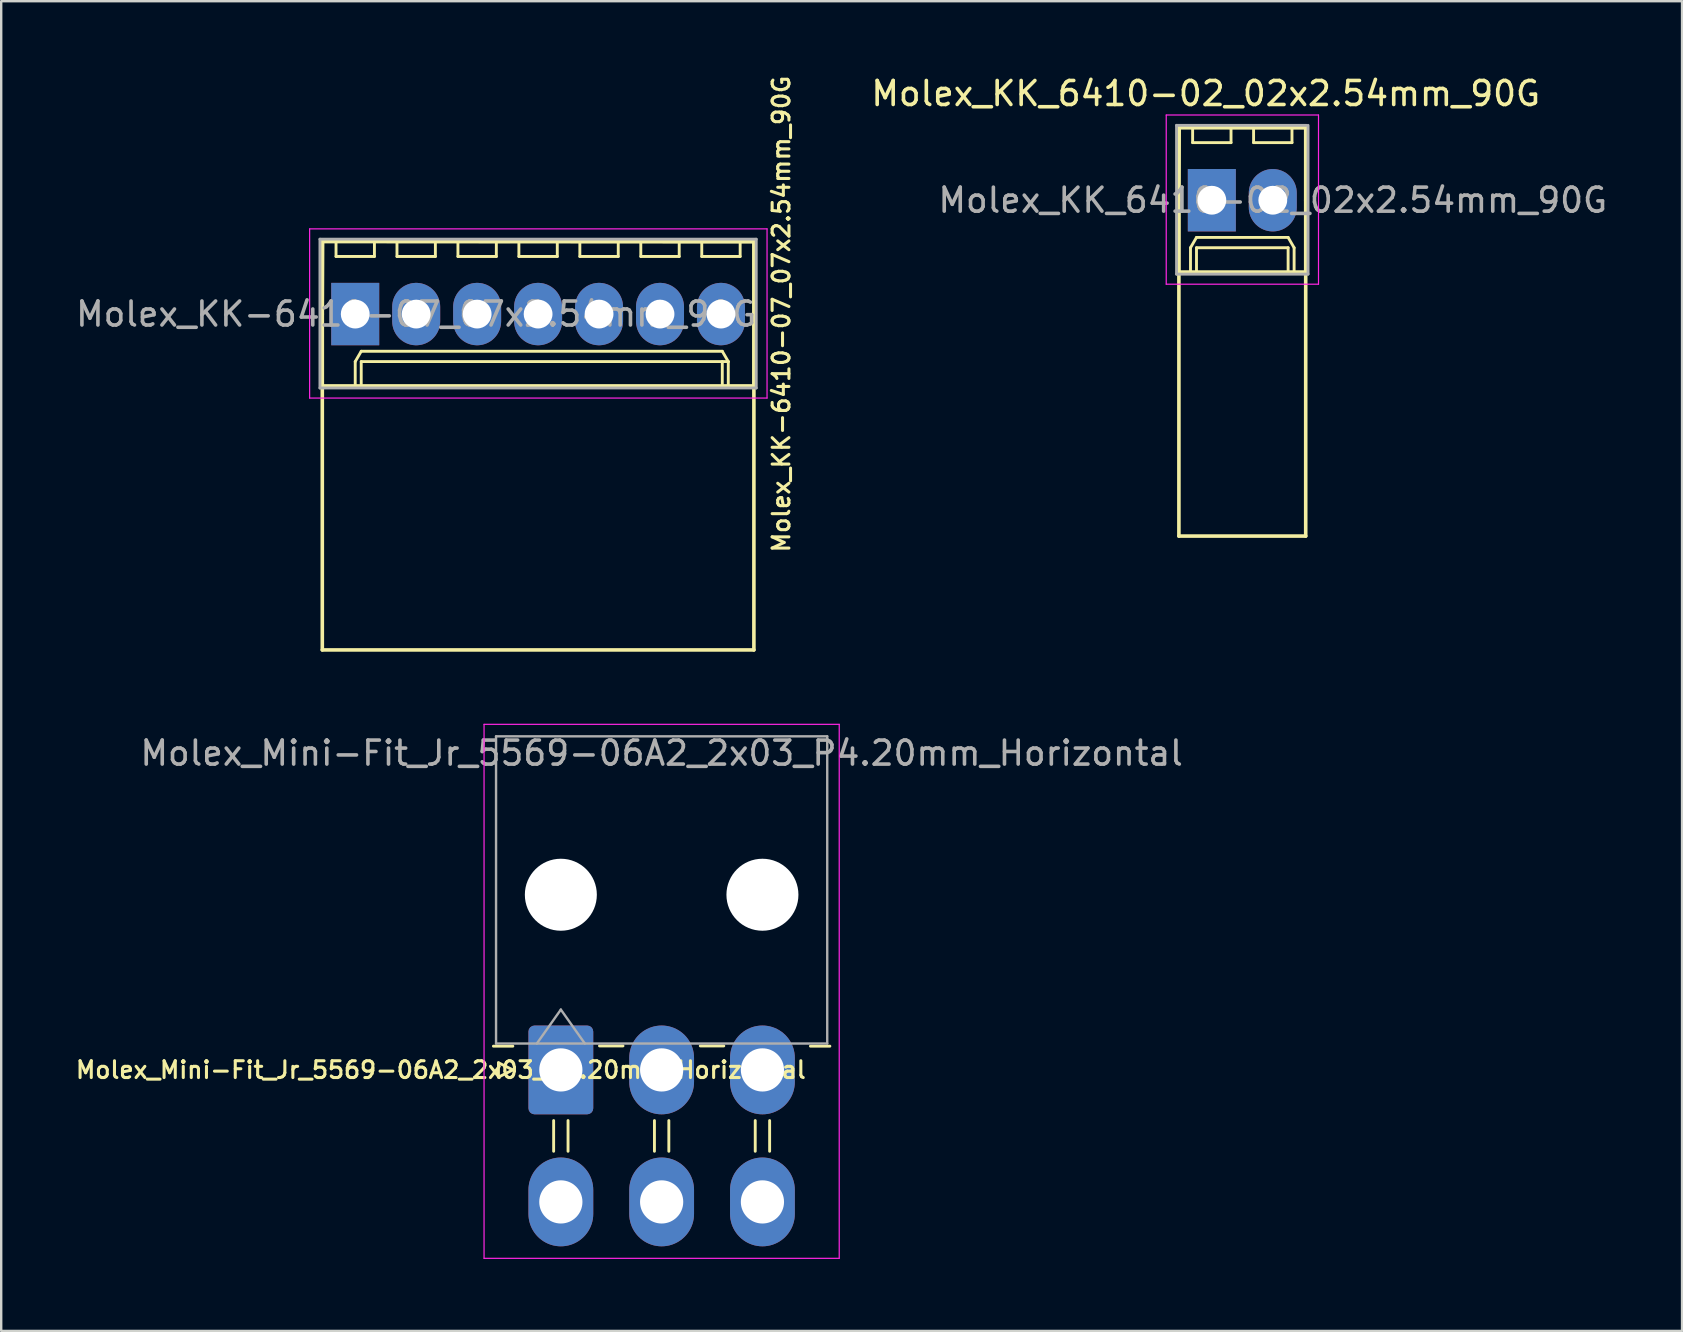
<source format=kicad_pcb>
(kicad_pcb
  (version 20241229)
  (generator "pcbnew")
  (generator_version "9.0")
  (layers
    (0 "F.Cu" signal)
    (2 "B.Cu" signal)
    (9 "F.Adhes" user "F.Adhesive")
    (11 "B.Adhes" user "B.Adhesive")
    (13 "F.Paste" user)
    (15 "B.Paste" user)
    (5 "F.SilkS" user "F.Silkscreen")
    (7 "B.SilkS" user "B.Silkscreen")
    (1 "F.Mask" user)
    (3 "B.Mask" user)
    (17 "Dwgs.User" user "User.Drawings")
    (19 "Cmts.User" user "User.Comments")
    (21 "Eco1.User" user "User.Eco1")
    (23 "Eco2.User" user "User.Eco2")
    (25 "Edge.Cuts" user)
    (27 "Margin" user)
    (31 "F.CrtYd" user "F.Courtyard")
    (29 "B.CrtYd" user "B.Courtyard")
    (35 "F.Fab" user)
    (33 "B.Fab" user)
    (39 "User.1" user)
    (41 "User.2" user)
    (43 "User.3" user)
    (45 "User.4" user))
  (footprint "Molex_KK-6410-07_07x2.54mm_90G"
    (layer "F.Cu")
    (at 11.752 10.037)
    (property "Reference" "Molex_KK-6410-07_07x2.54mm_90G" (at 17.755 0 90) (layer "F.SilkS") (effects (font (size 0.7 0.7) (thickness 0.127))))
    (attr through_hole)
    (fp_line (start -1.372 0) (end -1.372 13.995) (stroke (width 0.15) (type solid)) (layer "F.SilkS"))
    (fp_line (start -1.372 0) (end -1.359 -3.023) (stroke (width 0.15) (type solid)) (layer "F.SilkS"))
    (fp_line (start -1.37 -3.02) (end -1.37 2.98) (stroke (width 0.12) (type solid)) (layer "F.SilkS"))
    (fp_line (start -1.37 2.98) (end 16.612 2.98) (stroke (width 0.12) (type solid)) (layer "F.SilkS"))
    (fp_line (start -1.359 -3.023) (end 16.612 -3.01) (stroke (width 0.15) (type solid)) (layer "F.SilkS"))
    (fp_line (start -0.8 -3.02) (end -0.8 -2.4) (stroke (width 0.12) (type solid)) (layer "F.SilkS"))
    (fp_line (start -0.8 -2.4) (end 0.8 -2.4) (stroke (width 0.12) (type solid)) (layer "F.SilkS"))
    (fp_line (start 0 1.98) (end 0.25 1.55) (stroke (width 0.12) (type solid)) (layer "F.SilkS"))
    (fp_line (start 0 2.98) (end 0 1.98) (stroke (width 0.12) (type solid)) (layer "F.SilkS"))
    (fp_line (start 0.25 1.55) (end 15.295 1.55) (stroke (width 0.12) (type solid)) (layer "F.SilkS"))
    (fp_line (start 0.25 1.98) (end 15.545 1.98) (stroke (width 0.12) (type solid)) (layer "F.SilkS"))
    (fp_line (start 0.25 2.98) (end 0.25 1.98) (stroke (width 0.12) (type solid)) (layer "F.SilkS"))
    (fp_line (start 0.8 -2.4) (end 0.8 -3.02) (stroke (width 0.12) (type solid)) (layer "F.SilkS"))
    (fp_line (start 1.74 -3.02) (end 1.74 -2.4) (stroke (width 0.12) (type solid)) (layer "F.SilkS"))
    (fp_line (start 1.74 -2.4) (end 3.34 -2.4) (stroke (width 0.12) (type solid)) (layer "F.SilkS"))
    (fp_line (start 3.34 -2.4) (end 3.34 -3.02) (stroke (width 0.12) (type solid)) (layer "F.SilkS"))
    (fp_line (start 4.28 -3.02) (end 4.28 -2.4) (stroke (width 0.12) (type solid)) (layer "F.SilkS"))
    (fp_line (start 4.28 -2.4) (end 5.88 -2.4) (stroke (width 0.12) (type solid)) (layer "F.SilkS"))
    (fp_line (start 5.88 -2.4) (end 5.88 -3.02) (stroke (width 0.12) (type solid)) (layer "F.SilkS"))
    (fp_line (start 6.45 -3.02) (end -1.37 -3.02) (stroke (width 0.12) (type solid)) (layer "F.SilkS"))
    (fp_line (start 6.82 -3.02) (end 6.82 -2.4) (stroke (width 0.12) (type solid)) (layer "F.SilkS"))
    (fp_line (start 6.82 -2.4) (end 8.42 -2.4) (stroke (width 0.12) (type solid)) (layer "F.SilkS"))
    (fp_line (start 8.42 -2.4) (end 8.42 -3.02) (stroke (width 0.12) (type solid)) (layer "F.SilkS"))
    (fp_line (start 9.36 -3.02) (end 9.36 -2.4) (stroke (width 0.12) (type solid)) (layer "F.SilkS"))
    (fp_line (start 9.36 -2.4) (end 10.96 -2.4) (stroke (width 0.12) (type solid)) (layer "F.SilkS"))
    (fp_line (start 10.96 -2.4) (end 10.96 -3.02) (stroke (width 0.12) (type solid)) (layer "F.SilkS"))
    (fp_line (start 11.9 -3.02) (end 11.9 -2.4) (stroke (width 0.12) (type solid)) (layer "F.SilkS"))
    (fp_line (start 11.9 -2.4) (end 13.5 -2.4) (stroke (width 0.12) (type solid)) (layer "F.SilkS"))
    (fp_line (start 13.5 -2.4) (end 13.5 -3.02) (stroke (width 0.12) (type solid)) (layer "F.SilkS"))
    (fp_line (start 14.44 -3.02) (end 14.44 -2.4) (stroke (width 0.12) (type solid)) (layer "F.SilkS"))
    (fp_line (start 14.44 -2.4) (end 16.04 -2.4) (stroke (width 0.12) (type solid)) (layer "F.SilkS"))
    (fp_line (start 15.295 1.55) (end 15.545 1.98) (stroke (width 0.12) (type solid)) (layer "F.SilkS"))
    (fp_line (start 15.295 2.98) (end 15.295 1.98) (stroke (width 0.12) (type solid)) (layer "F.SilkS"))
    (fp_line (start 15.545 1.98) (end 15.545 2.98) (stroke (width 0.12) (type solid)) (layer "F.SilkS"))
    (fp_line (start 16.04 -2.4) (end 16.04 -3.02) (stroke (width 0.12) (type solid)) (layer "F.SilkS"))
    (fp_line (start 16.612 -3.02) (end 16.612 2.98) (stroke (width 0.12) (type solid)) (layer "F.SilkS"))
    (fp_line (start 16.612 0) (end 16.612 -3.023) (stroke (width 0.15) (type solid)) (layer "F.SilkS"))
    (fp_line (start 16.612 0) (end 16.612 13.995) (stroke (width 0.15) (type solid)) (layer "F.SilkS"))
    (fp_line (start 16.612 13.995) (end -1.372 13.995) (stroke (width 0.15) (type solid)) (layer "F.SilkS"))
    (fp_line (start -1.9 -3.55) (end 17.16 -3.55) (stroke (width 0.05) (type solid)) (layer "F.CrtYd"))
    (fp_line (start -1.9 3.5) (end -1.9 -3.55) (stroke (width 0.05) (type solid)) (layer "F.CrtYd"))
    (fp_line (start 17.16 3.5) (end -1.9 3.5) (stroke (width 0.05) (type solid)) (layer "F.CrtYd"))
    (fp_line (start 17.16 3.5) (end 17.16 -3.55) (stroke (width 0.05) (type solid)) (layer "F.CrtYd"))
    (fp_line (start -1.47 -3.12) (end -1.47 3.08) (stroke (width 0.12) (type solid)) (layer "F.Fab"))
    (fp_line (start -1.47 3.08) (end 16.71 3.08) (stroke (width 0.12) (type solid)) (layer "F.Fab"))
    (fp_line (start 16.71 -3.12) (end -1.47 -3.12) (stroke (width 0.12) (type solid)) (layer "F.Fab"))
    (fp_line (start 16.71 -3.12) (end 16.71 3.08) (stroke (width 0.12) (type solid)) (layer "F.Fab"))
    (fp_text user "${REFERENCE}" (at 2.54 0 0) (layer "F.Fab") (effects (font (size 1 1) (thickness 0.15))))
    (pad "1" thru_hole rect (at 0 0) (size 2 2.6) (drill 1.2) (layers "*.Cu" "*.Mask"))
    (pad "2" thru_hole oval (at 2.54 0) (size 2 2.6) (drill 1.2) (layers "*.Cu" "*.Mask"))
    (pad "3" thru_hole oval (at 5.08 0) (size 2 2.6) (drill 1.2) (layers "*.Cu" "*.Mask"))
    (pad "4" thru_hole oval (at 7.62 0) (size 2 2.6) (drill 1.2) (layers "*.Cu" "*.Mask"))
    (pad "5" thru_hole oval (at 10.16 0) (size 2 2.6) (drill 1.2) (layers "*.Cu" "*.Mask"))
    (pad "6" thru_hole oval (at 12.7 0) (size 2 2.6) (drill 1.2) (layers "*.Cu" "*.Mask"))
    (pad "7" thru_hole oval (at 15.24 0) (size 2 2.6) (drill 1.2) (layers "*.Cu" "*.Mask")))
  (footprint "Molex_Mini-Fit_Jr_5569-06A2_2x03_P4.20mm_Horizontal"
    (layer "F.Cu")
    (at 20.32 41.533)
    (property "Reference" "Molex_Mini-Fit_Jr_5569-06A2_2x03_P4.20mm_Horizontal" (at -5 0 0) (layer "F.SilkS") (effects (font (size 0.7 0.7) (thickness 0.127))))
    (attr through_hole)
    (fp_line (start -2.6 -0.3) (end -2 0) (stroke (width 0.12) (type solid)) (layer "F.SilkS"))
    (fp_line (start -2.6 0.3) (end -2.6 -0.3) (stroke (width 0.12) (type solid)) (layer "F.SilkS"))
    (fp_line (start -2 -0.99) (end -2.81 -0.99) (stroke (width 0.12) (type solid)) (layer "F.SilkS"))
    (fp_line (start -2 0) (end -2.6 0.3) (stroke (width 0.12) (type solid)) (layer "F.SilkS"))
    (fp_line (start -0.3 2.11) (end -0.3 3.39) (stroke (width 0.12) (type solid)) (layer "F.SilkS"))
    (fp_line (start 0.3 2.11) (end 0.3 3.39) (stroke (width 0.12) (type solid)) (layer "F.SilkS"))
    (fp_line (start 1.61 -1) (end 2.59 -1) (stroke (width 0.12) (type solid)) (layer "F.SilkS"))
    (fp_line (start 3.9 2.11) (end 3.9 3.39) (stroke (width 0.12) (type solid)) (layer "F.SilkS"))
    (fp_line (start 4.5 2.11) (end 4.5 3.39) (stroke (width 0.12) (type solid)) (layer "F.SilkS"))
    (fp_line (start 5.81 -1) (end 6.79 -1) (stroke (width 0.12) (type solid)) (layer "F.SilkS"))
    (fp_line (start 8.1 2.11) (end 8.1 3.39) (stroke (width 0.12) (type solid)) (layer "F.SilkS"))
    (fp_line (start 8.7 2.11) (end 8.7 3.39) (stroke (width 0.12) (type solid)) (layer "F.SilkS"))
    (fp_line (start 10.4 -0.99) (end 11.21 -0.99) (stroke (width 0.12) (type solid)) (layer "F.SilkS"))
    (fp_line (start -3.2 -14.4) (end -3.2 7.85) (stroke (width 0.05) (type solid)) (layer "F.CrtYd"))
    (fp_line (start -3.2 7.85) (end 11.6 7.85) (stroke (width 0.05) (type solid)) (layer "F.CrtYd"))
    (fp_line (start 11.6 -14.4) (end -3.2 -14.4) (stroke (width 0.05) (type solid)) (layer "F.CrtYd"))
    (fp_line (start 11.6 7.85) (end 11.6 -14.4) (stroke (width 0.05) (type solid)) (layer "F.CrtYd"))
    (fp_line (start -2.7 -13.9) (end -2.7 -1.1) (stroke (width 0.1) (type solid)) (layer "F.Fab"))
    (fp_line (start -2.7 -1.1) (end 11.1 -1.1) (stroke (width 0.1) (type solid)) (layer "F.Fab"))
    (fp_line (start -1 -1.1) (end 0 -2.514) (stroke (width 0.1) (type solid)) (layer "F.Fab"))
    (fp_line (start 0 -2.514) (end 1 -1.1) (stroke (width 0.1) (type solid)) (layer "F.Fab"))
    (fp_line (start 11.1 -13.9) (end -2.7 -13.9) (stroke (width 0.1) (type solid)) (layer "F.Fab"))
    (fp_line (start 11.1 -1.1) (end 11.1 -13.9) (stroke (width 0.1) (type solid)) (layer "F.Fab"))
    (fp_text user "${REFERENCE}" (at 4.2 -13.2 0) (layer "F.Fab") (effects (font (size 1 1) (thickness 0.15))))
    (pad "" np_thru_hole circle (at 0 -7.3) (size 3 3) (drill 3) (layers "*.Cu" "*.Mask"))
    (pad "" np_thru_hole circle (at 8.4 -7.3) (size 3 3) (drill 3) (layers "*.Cu" "*.Mask"))
    (pad "1" thru_hole roundrect (at 0 0) (size 2.7 3.7) (drill 1.8) (layers "*.Cu" "*.Mask") (roundrect_rratio 0.093))
    (pad "2" thru_hole oval (at 4.2 0) (size 2.7 3.7) (drill 1.8) (layers "*.Cu" "*.Mask"))
    (pad "3" thru_hole oval (at 8.4 0) (size 2.7 3.7) (drill 1.8) (layers "*.Cu" "*.Mask"))
    (pad "4" thru_hole oval (at 0 5.5) (size 2.7 3.7) (drill 1.8) (layers "*.Cu" "*.Mask"))
    (pad "5" thru_hole oval (at 4.2 5.5) (size 2.7 3.7) (drill 1.8) (layers "*.Cu" "*.Mask"))
    (pad "6" thru_hole oval (at 8.4 5.5) (size 2.7 3.7) (drill 1.8) (layers "*.Cu" "*.Mask")))
  (footprint "Molex_KK_6410-02_02x2.54mm_90G"
    (layer "F.Cu")
    (at 47.446 5.166)
    (property "Reference" "Molex_KK_6410-02_02x2.54mm_90G" (at -0.254 -4.318 0) (layer "F.SilkS") (effects (font (size 1 1) (thickness 0.15))))
    (attr through_hole)
    (fp_line (start -1.372 0.127) (end -1.372 14.122) (stroke (width 0.15) (type solid)) (layer "F.SilkS"))
    (fp_line (start -1.372 0.127) (end -1.359 -2.896) (stroke (width 0.15) (type solid)) (layer "F.SilkS"))
    (fp_line (start -1.37 -2.893) (end -1.37 3.107) (stroke (width 0.12) (type solid)) (layer "F.SilkS"))
    (fp_line (start -1.37 3.107) (end 3.91 3.107) (stroke (width 0.12) (type solid)) (layer "F.SilkS"))
    (fp_line (start -1.359 -2.896) (end 3.937 -2.893) (stroke (width 0.15) (type solid)) (layer "F.SilkS"))
    (fp_line (start -0.889 2.107) (end -0.639 1.677) (stroke (width 0.12) (type solid)) (layer "F.SilkS"))
    (fp_line (start -0.889 3.107) (end -0.889 2.107) (stroke (width 0.12) (type solid)) (layer "F.SilkS"))
    (fp_line (start -0.8 -2.893) (end -0.8 -2.273) (stroke (width 0.12) (type solid)) (layer "F.SilkS"))
    (fp_line (start -0.8 -2.273) (end 0.8 -2.273) (stroke (width 0.12) (type solid)) (layer "F.SilkS"))
    (fp_line (start -0.639 2.107) (end 3.179 2.107) (stroke (width 0.12) (type solid)) (layer "F.SilkS"))
    (fp_line (start -0.639 3.107) (end -0.639 2.107) (stroke (width 0.12) (type solid)) (layer "F.SilkS"))
    (fp_line (start 0.8 -2.273) (end 0.8 -2.893) (stroke (width 0.12) (type solid)) (layer "F.SilkS"))
    (fp_line (start 1.74 -2.893) (end 1.74 -2.273) (stroke (width 0.12) (type solid)) (layer "F.SilkS"))
    (fp_line (start 1.74 -2.273) (end 3.34 -2.273) (stroke (width 0.12) (type solid)) (layer "F.SilkS"))
    (fp_line (start 3.179 1.677) (end -0.639 1.677) (stroke (width 0.12) (type solid)) (layer "F.SilkS"))
    (fp_line (start 3.179 1.677) (end 3.429 2.107) (stroke (width 0.12) (type solid)) (layer "F.SilkS"))
    (fp_line (start 3.179 3.107) (end 3.179 2.107) (stroke (width 0.12) (type solid)) (layer "F.SilkS"))
    (fp_line (start 3.34 -2.273) (end 3.34 -2.893) (stroke (width 0.12) (type solid)) (layer "F.SilkS"))
    (fp_line (start 3.429 2.107) (end 3.429 3.107) (stroke (width 0.12) (type solid)) (layer "F.SilkS"))
    (fp_line (start 3.91 3.107) (end 3.91 -2.893) (stroke (width 0.12) (type solid)) (layer "F.SilkS"))
    (fp_line (start 3.912 -2.883) (end 3.912 0.127) (stroke (width 0.15) (type solid)) (layer "F.SilkS"))
    (fp_line (start 3.912 0.127) (end 3.912 14.122) (stroke (width 0.15) (type solid)) (layer "F.SilkS"))
    (fp_line (start 3.912 14.122) (end -1.372 14.122) (stroke (width 0.15) (type solid)) (layer "F.SilkS"))
    (fp_line (start 3.937 -2.893) (end -1.37 -2.893) (stroke (width 0.12) (type solid)) (layer "F.SilkS"))
    (fp_line (start -1.9 -3.423) (end 4.445 -3.423) (stroke (width 0.05) (type solid)) (layer "F.CrtYd"))
    (fp_line (start -1.9 3.627) (end -1.9 -3.423) (stroke (width 0.05) (type solid)) (layer "F.CrtYd"))
    (fp_line (start 4.445 -3.423) (end 4.445 3.627) (stroke (width 0.05) (type solid)) (layer "F.CrtYd"))
    (fp_line (start 4.445 3.627) (end -1.9 3.627) (stroke (width 0.05) (type solid)) (layer "F.CrtYd"))
    (fp_line (start -1.47 -2.993) (end -1.47 3.207) (stroke (width 0.12) (type solid)) (layer "F.Fab"))
    (fp_line (start -1.47 3.207) (end 4.01 3.207) (stroke (width 0.12) (type solid)) (layer "F.Fab"))
    (fp_line (start 3.937 -2.993) (end -1.47 -2.993) (stroke (width 0.12) (type solid)) (layer "F.Fab"))
    (fp_line (start 4.01 3.207) (end 4.01 -2.993) (stroke (width 0.12) (type solid)) (layer "F.Fab"))
    (fp_text user "${REFERENCE}" (at 2.54 0.127 0) (layer "F.Fab") (effects (font (size 1 1) (thickness 0.15))))
    (pad "1" thru_hole rect (at 0 0.127) (size 2 2.6) (drill 1.2) (layers "*.Cu" "*.Mask"))
    (pad "2" thru_hole oval (at 2.54 0.127) (size 2 2.6) (drill 1.2) (layers "*.Cu" "*.Mask")))
  (gr_rect
    (start -3 -3)
    (end 67.04 52.408)
    (stroke (width 0.1) (type default))
    (fill no)
    (layer "Edge.Cuts")))
</source>
